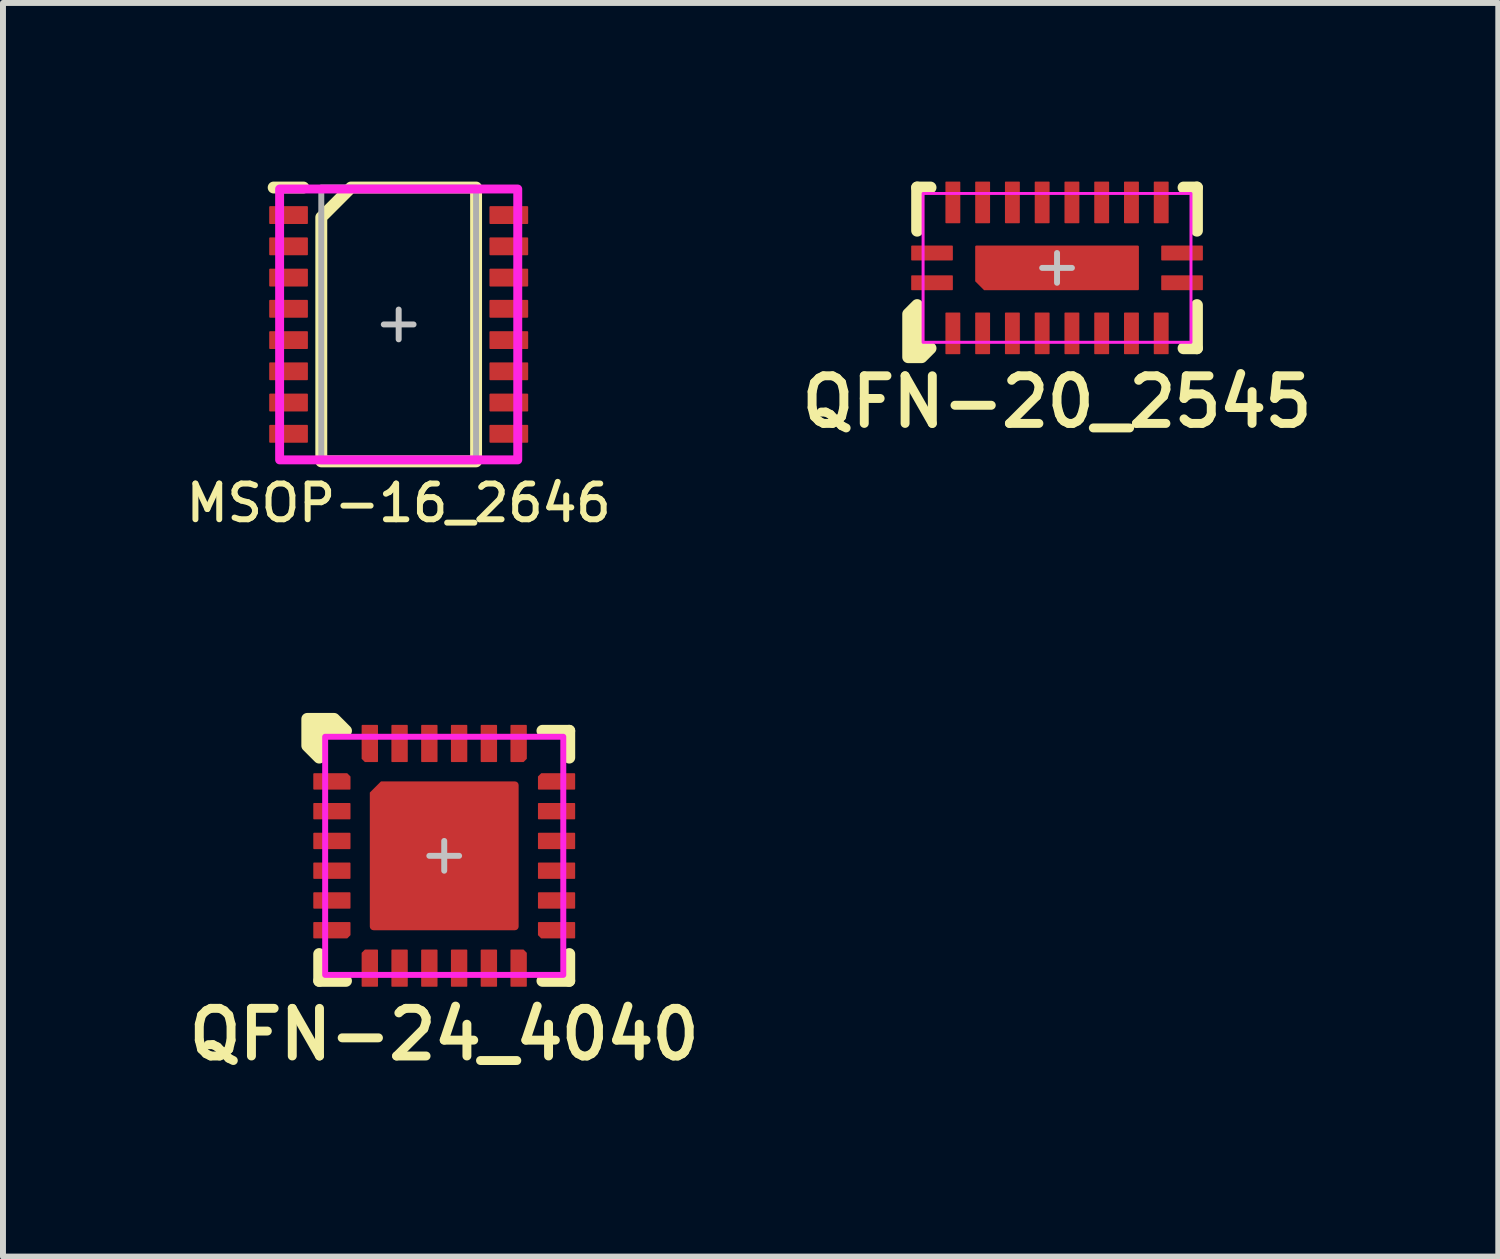
<source format=kicad_pcb>
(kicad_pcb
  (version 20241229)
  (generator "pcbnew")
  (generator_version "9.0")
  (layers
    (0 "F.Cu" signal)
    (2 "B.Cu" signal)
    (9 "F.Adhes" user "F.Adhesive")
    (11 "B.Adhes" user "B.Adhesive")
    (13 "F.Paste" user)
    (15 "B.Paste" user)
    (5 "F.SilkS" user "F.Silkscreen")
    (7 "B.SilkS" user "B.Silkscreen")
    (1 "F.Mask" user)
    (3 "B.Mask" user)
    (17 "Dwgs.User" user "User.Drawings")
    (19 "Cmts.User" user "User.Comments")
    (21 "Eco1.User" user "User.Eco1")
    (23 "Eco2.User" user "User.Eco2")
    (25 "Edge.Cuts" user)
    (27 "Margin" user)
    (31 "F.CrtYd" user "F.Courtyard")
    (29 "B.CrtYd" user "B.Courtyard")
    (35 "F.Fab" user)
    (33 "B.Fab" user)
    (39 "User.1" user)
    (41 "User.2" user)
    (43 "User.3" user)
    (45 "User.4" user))
  (footprint "QFN-20_2545"
    (layer "F.Cu")
    (at 14.706 1.45)
    (property "Reference" "QFN-20_2545" (at 0 2.25 0) (unlocked yes) (layer "F.SilkS") (effects (font (size 0.8 0.8) (thickness 0.15))))
    (attr smd)
    (fp_line (start -2.35 -1.35) (end -2.35 -0.625) (stroke (width 0.2) (type solid)) (layer "F.SilkS"))
    (fp_line (start -2.125 -1.35) (end -2.35 -1.35) (stroke (width 0.2) (type solid)) (layer "F.SilkS"))
    (fp_line (start 2.125 -1.35) (end 2.35 -1.35) (stroke (width 0.2) (type solid)) (layer "F.SilkS"))
    (fp_line (start 2.125 1.35) (end 2.35 1.35) (stroke (width 0.2) (type solid)) (layer "F.SilkS"))
    (fp_line (start 2.35 -1.35) (end 2.35 -0.625) (stroke (width 0.2) (type solid)) (layer "F.SilkS"))
    (fp_line (start 2.35 1.35) (end 2.35 0.625) (stroke (width 0.2) (type solid)) (layer "F.SilkS"))
    (fp_poly (pts (xy -2.35 1.35) (xy -2.125 1.35) (xy -2.275 1.5) (xy -2.5 1.5) (xy -2.5 0.775) (xy -2.35 0.625)) (stroke (width 0.2) (type solid)) (fill yes) (layer "F.SilkS"))
    (fp_line (start -0.25 0) (end 0.25 0) (stroke (width 0.1) (type solid)) (layer "Dwgs.User"))
    (fp_line (start 0 -0.25) (end 0 0.25) (stroke (width 0.1) (type solid)) (layer "Dwgs.User"))
    (fp_rect (start -2.25 -1.25) (end 2.25 1.25) (stroke (width 0.05) (type solid)) (fill no) (layer "F.CrtYd"))
    (pad "1" smd roundrect (at -2.1 0.25 90) (size 0.25 0.7) (layers "F.Cu" "F.Mask" "F.Paste") (roundrect_rratio 0.05))
    (pad "2" smd roundrect (at -1.75 1.1) (size 0.25 0.7) (layers "F.Cu" "F.Mask" "F.Paste") (roundrect_rratio 0.05))
    (pad "3" smd roundrect (at -1.25 1.1) (size 0.25 0.7) (layers "F.Cu" "F.Mask" "F.Paste") (roundrect_rratio 0.05))
    (pad "4" smd roundrect (at -0.75 1.1) (size 0.25 0.7) (layers "F.Cu" "F.Mask" "F.Paste") (roundrect_rratio 0.05))
    (pad "5" smd roundrect (at -0.25 1.1) (size 0.25 0.7) (layers "F.Cu" "F.Mask" "F.Paste") (roundrect_rratio 0.05))
    (pad "6" smd roundrect (at 0.25 1.1) (size 0.25 0.7) (layers "F.Cu" "F.Mask" "F.Paste") (roundrect_rratio 0.05))
    (pad "7" smd roundrect (at 0.75 1.1) (size 0.25 0.7) (layers "F.Cu" "F.Mask" "F.Paste") (roundrect_rratio 0.05))
    (pad "8" smd roundrect (at 1.25 1.1) (size 0.25 0.7) (layers "F.Cu" "F.Mask" "F.Paste") (roundrect_rratio 0.05))
    (pad "9" smd roundrect (at 1.75 1.1) (size 0.25 0.7) (layers "F.Cu" "F.Mask" "F.Paste") (roundrect_rratio 0.05))
    (pad "10" smd roundrect (at 2.1 0.25 90) (size 0.25 0.7) (layers "F.Cu" "F.Mask" "F.Paste") (roundrect_rratio 0.05))
    (pad "11" smd roundrect (at 2.1 -0.25 90) (size 0.25 0.7) (layers "F.Cu" "F.Mask" "F.Paste") (roundrect_rratio 0.05))
    (pad "12" smd roundrect (at 1.75 -1.1) (size 0.25 0.7) (layers "F.Cu" "F.Mask" "F.Paste") (roundrect_rratio 0.05))
    (pad "13" smd roundrect (at 1.25 -1.1) (size 0.25 0.7) (layers "F.Cu" "F.Mask" "F.Paste") (roundrect_rratio 0.05))
    (pad "14" smd roundrect (at 0.75 -1.1) (size 0.25 0.7) (layers "F.Cu" "F.Mask" "F.Paste") (roundrect_rratio 0.05))
    (pad "15" smd roundrect (at 0.25 -1.1) (size 0.25 0.7) (layers "F.Cu" "F.Mask" "F.Paste") (roundrect_rratio 0.05))
    (pad "16" smd roundrect (at -0.25 -1.1) (size 0.25 0.7) (layers "F.Cu" "F.Mask" "F.Paste") (roundrect_rratio 0.05))
    (pad "17" smd roundrect (at -0.75 -1.1) (size 0.25 0.7) (layers "F.Cu" "F.Mask" "F.Paste") (roundrect_rratio 0.05))
    (pad "18" smd roundrect (at -1.25 -1.1) (size 0.25 0.7) (layers "F.Cu" "F.Mask" "F.Paste") (roundrect_rratio 0.05))
    (pad "19" smd roundrect (at -1.75 -1.1) (size 0.25 0.7) (layers "F.Cu" "F.Mask" "F.Paste") (roundrect_rratio 0.05))
    (pad "20" smd roundrect (at -2.1 -0.25 90) (size 0.25 0.7) (layers "F.Cu" "F.Mask" "F.Paste") (roundrect_rratio 0.05))
    (pad "EP" smd roundrect (at 0 0) (size 2.75 0.75) (layers "F.Cu" "F.Mask" "F.Paste") (roundrect_rratio 0.025) (chamfer_ratio 0.2) (chamfer bottom_left)))
  (footprint "QFN-24_4040"
    (layer "F.Cu")
    (at 4.412 11.326)
    (property "Reference" "QFN-24_4040" (at 0 3 0) (unlocked yes) (layer "F.SilkS") (effects (font (size 0.8 0.8) (thickness 0.15))))
    (attr smd)
    (fp_line (start -2.1 1.65) (end -2.1 2.1) (stroke (width 0.2) (type solid)) (layer "F.SilkS"))
    (fp_line (start -2.1 2.1) (end -1.65 2.1) (stroke (width 0.2) (type solid)) (layer "F.SilkS"))
    (fp_line (start 1.65 2.1) (end 2.1 2.1) (stroke (width 0.2) (type solid)) (layer "F.SilkS"))
    (fp_line (start 2.1 -2.1) (end 1.65 -2.1) (stroke (width 0.2) (type solid)) (layer "F.SilkS"))
    (fp_line (start 2.1 -1.65) (end 2.1 -2.1) (stroke (width 0.2) (type solid)) (layer "F.SilkS"))
    (fp_line (start 2.1 2.1) (end 2.1 1.65) (stroke (width 0.2) (type solid)) (layer "F.SilkS"))
    (fp_poly (pts (xy -2.1 -2.1) (xy -2.1 -1.65) (xy -2.3 -1.85) (xy -2.3 -2.3) (xy -1.85 -2.3) (xy -1.65 -2.1)) (stroke (width 0.2) (type solid)) (fill yes) (layer "F.SilkS"))
    (fp_rect (start -0.15 0.15) (end -1.1 1.1) (stroke (width 0) (type solid)) (fill yes) (layer "F.Paste"))
    (fp_rect (start 1.1 -1.1) (end 0.15 -0.15) (stroke (width 0) (type solid)) (fill yes) (layer "F.Paste"))
    (fp_rect (start 1.1 0.15) (end 0.15 1.1) (stroke (width 0) (type solid)) (fill yes) (layer "F.Paste"))
    (fp_poly (pts (xy -1.1 -0.15) (xy -1.1 -1) (xy -1 -1.1) (xy -0.15 -1.1) (xy -0.15 -0.15)) (stroke (width 0) (type solid)) (fill yes) (layer "F.Paste"))
    (fp_line (start -0.25 0) (end 0.25 0) (stroke (width 0.1) (type solid)) (layer "Dwgs.User"))
    (fp_line (start 0 -0.25) (end 0 0.25) (stroke (width 0.1) (type solid)) (layer "Dwgs.User"))
    (fp_rect (start 2 -2) (end -2 2) (stroke (width 0.1) (type solid)) (fill no) (layer "F.CrtYd"))
    (pad "1" smd roundrect (at -1.887 -1.25) (size 0.625 0.275) (layers "F.Cu" "F.Mask" "F.Paste") (roundrect_rratio 0.05) (chamfer_ratio 0.2) (chamfer top_right))
    (pad "2" smd roundrect (at -1.887 -0.75) (size 0.625 0.275) (layers "F.Cu" "F.Mask" "F.Paste") (roundrect_rratio 0.05))
    (pad "3" smd roundrect (at -1.887 -0.25) (size 0.625 0.275) (layers "F.Cu" "F.Mask" "F.Paste") (roundrect_rratio 0.05))
    (pad "4" smd roundrect (at -1.887 0.25) (size 0.625 0.275) (layers "F.Cu" "F.Mask" "F.Paste") (roundrect_rratio 0.05))
    (pad "5" smd roundrect (at -1.887 0.75) (size 0.625 0.275) (layers "F.Cu" "F.Mask" "F.Paste") (roundrect_rratio 0.05))
    (pad "6" smd roundrect (at -1.887 1.25) (size 0.625 0.275) (layers "F.Cu" "F.Mask" "F.Paste") (roundrect_rratio 0.05) (chamfer_ratio 0.2) (chamfer bottom_right))
    (pad "7" smd roundrect (at -1.25 1.887 90) (size 0.625 0.275) (layers "F.Cu" "F.Mask" "F.Paste") (roundrect_rratio 0.05) (chamfer_ratio 0.2) (chamfer top_right))
    (pad "8" smd roundrect (at -0.75 1.887 90) (size 0.625 0.275) (layers "F.Cu" "F.Mask" "F.Paste") (roundrect_rratio 0.05))
    (pad "9" smd roundrect (at -0.25 1.887 90) (size 0.625 0.275) (layers "F.Cu" "F.Mask" "F.Paste") (roundrect_rratio 0.05))
    (pad "10" smd roundrect (at 0.25 1.887 90) (size 0.625 0.275) (layers "F.Cu" "F.Mask" "F.Paste") (roundrect_rratio 0.05))
    (pad "11" smd roundrect (at 0.75 1.887 90) (size 0.625 0.275) (layers "F.Cu" "F.Mask" "F.Paste") (roundrect_rratio 0.05))
    (pad "12" smd roundrect (at 1.25 1.887 90) (size 0.625 0.275) (layers "F.Cu" "F.Mask" "F.Paste") (roundrect_rratio 0.05) (chamfer_ratio 0.2) (chamfer bottom_right))
    (pad "13" smd roundrect (at 1.887 1.25 180) (size 0.625 0.275) (layers "F.Cu" "F.Mask" "F.Paste") (roundrect_rratio 0.05) (chamfer_ratio 0.2) (chamfer top_right))
    (pad "14" smd roundrect (at 1.887 0.75 180) (size 0.625 0.275) (layers "F.Cu" "F.Mask" "F.Paste") (roundrect_rratio 0.05))
    (pad "15" smd roundrect (at 1.887 0.25 180) (size 0.625 0.275) (layers "F.Cu" "F.Mask" "F.Paste") (roundrect_rratio 0.05))
    (pad "16" smd roundrect (at 1.887 -0.25 180) (size 0.625 0.275) (layers "F.Cu" "F.Mask" "F.Paste") (roundrect_rratio 0.05))
    (pad "17" smd roundrect (at 1.887 -0.75 180) (size 0.625 0.275) (layers "F.Cu" "F.Mask" "F.Paste") (roundrect_rratio 0.05))
    (pad "18" smd roundrect (at 1.887 -1.25 180) (size 0.625 0.275) (layers "F.Cu" "F.Mask" "F.Paste") (roundrect_rratio 0.05) (chamfer_ratio 0.2) (chamfer bottom_right))
    (pad "19" smd roundrect (at 1.25 -1.887 270) (size 0.625 0.275) (layers "F.Cu" "F.Mask" "F.Paste") (roundrect_rratio 0.05) (chamfer_ratio 0.2) (chamfer top_right))
    (pad "20" smd roundrect (at 0.75 -1.887 270) (size 0.625 0.275) (layers "F.Cu" "F.Mask" "F.Paste") (roundrect_rratio 0.05))
    (pad "21" smd roundrect (at 0.25 -1.887 270) (size 0.625 0.275) (layers "F.Cu" "F.Mask" "F.Paste") (roundrect_rratio 0.05))
    (pad "22" smd roundrect (at -0.25 -1.887 270) (size 0.625 0.275) (layers "F.Cu" "F.Mask" "F.Paste") (roundrect_rratio 0.05))
    (pad "23" smd roundrect (at -0.75 -1.887 270) (size 0.625 0.275) (layers "F.Cu" "F.Mask" "F.Paste") (roundrect_rratio 0.05))
    (pad "24" smd roundrect (at -1.25 -1.887 270) (size 0.625 0.275) (layers "F.Cu" "F.Mask" "F.Paste") (roundrect_rratio 0.05) (chamfer_ratio 0.2) (chamfer bottom_right))
    (pad "EP" smd roundrect (at 0 0 270) (size 2.5 2.5) (layers "F.Cu" "F.Mask") (roundrect_rratio 0.025) (chamfer_ratio 0.075) (chamfer bottom_left)))
  (footprint "MSOP-16_2646"
    (layer "F.Cu")
    (at 3.647 2.4)
    (property "Reference" "MSOP-16_2646" (at 0 3 0) (unlocked yes) (layer "F.SilkS") (effects (font (size 0.6 0.6) (thickness 0.1))))
    (attr smd)
    (fp_line (start -2.1 -2.3) (end -1.6 -2.3) (stroke (width 0.2) (type solid)) (layer "F.SilkS"))
    (fp_poly (pts (xy 1.3 2.3) (xy -1.3 2.3) (xy -1.3 -1.8) (xy -0.8 -2.3) (xy 1.3 -2.3)) (stroke (width 0.2) (type solid)) (fill no) (layer "F.SilkS"))
    (fp_line (start -0.25 0) (end 0.25 0) (stroke (width 0.1) (type solid)) (layer "Dwgs.User"))
    (fp_line (start 0 0.25) (end 0 -0.25) (stroke (width 0.1) (type solid)) (layer "Dwgs.User"))
    (fp_rect (start -2 -2.275) (end 2 2.275) (stroke (width 0.15) (type solid)) (fill no) (layer "F.CrtYd"))
    (fp_rect (start -1.3 -2.3) (end 1.3 2.3) (stroke (width 0.1) (type solid)) (fill no) (layer "F.Fab"))
    (pad "1" smd roundrect (at -1.85 -1.837) (size 0.65 0.3) (layers "F.Cu" "F.Mask" "F.Paste") (roundrect_rratio 0.05))
    (pad "2" smd roundrect (at -1.85 -1.312) (size 0.65 0.3) (layers "F.Cu" "F.Mask" "F.Paste") (roundrect_rratio 0.05))
    (pad "3" smd roundrect (at -1.85 -0.787) (size 0.65 0.3) (layers "F.Cu" "F.Mask" "F.Paste") (roundrect_rratio 0.05))
    (pad "4" smd roundrect (at -1.85 -0.263) (size 0.65 0.3) (layers "F.Cu" "F.Mask" "F.Paste") (roundrect_rratio 0.05))
    (pad "5" smd roundrect (at -1.85 0.263) (size 0.65 0.3) (layers "F.Cu" "F.Mask" "F.Paste") (roundrect_rratio 0.05))
    (pad "6" smd roundrect (at -1.85 0.787) (size 0.65 0.3) (layers "F.Cu" "F.Mask" "F.Paste") (roundrect_rratio 0.05))
    (pad "7" smd roundrect (at -1.85 1.312) (size 0.65 0.3) (layers "F.Cu" "F.Mask" "F.Paste") (roundrect_rratio 0.05))
    (pad "8" smd roundrect (at -1.85 1.837) (size 0.65 0.3) (layers "F.Cu" "F.Mask" "F.Paste") (roundrect_rratio 0.05))
    (pad "9" smd roundrect (at 1.85 1.837) (size 0.65 0.3) (layers "F.Cu" "F.Mask" "F.Paste") (roundrect_rratio 0.05))
    (pad "10" smd roundrect (at 1.85 1.312) (size 0.65 0.3) (layers "F.Cu" "F.Mask" "F.Paste") (roundrect_rratio 0.05))
    (pad "11" smd roundrect (at 1.85 0.787) (size 0.65 0.3) (layers "F.Cu" "F.Mask" "F.Paste") (roundrect_rratio 0.05))
    (pad "12" smd roundrect (at 1.85 0.263) (size 0.65 0.3) (layers "F.Cu" "F.Mask" "F.Paste") (roundrect_rratio 0.05))
    (pad "13" smd roundrect (at 1.85 -0.263) (size 0.65 0.3) (layers "F.Cu" "F.Mask" "F.Paste") (roundrect_rratio 0.05))
    (pad "14" smd roundrect (at 1.85 -0.787) (size 0.65 0.3) (layers "F.Cu" "F.Mask" "F.Paste") (roundrect_rratio 0.05))
    (pad "15" smd roundrect (at 1.85 -1.312) (size 0.65 0.3) (layers "F.Cu" "F.Mask" "F.Paste") (roundrect_rratio 0.05))
    (pad "16" smd roundrect (at 1.85 -1.837) (size 0.65 0.3) (layers "F.Cu" "F.Mask" "F.Paste") (roundrect_rratio 0.05)))
  (gr_rect
    (start -3 -3)
    (end 22.118 18.058)
    (stroke (width 0.1) (type default))
    (fill no)
    (layer "Edge.Cuts")))
</source>
